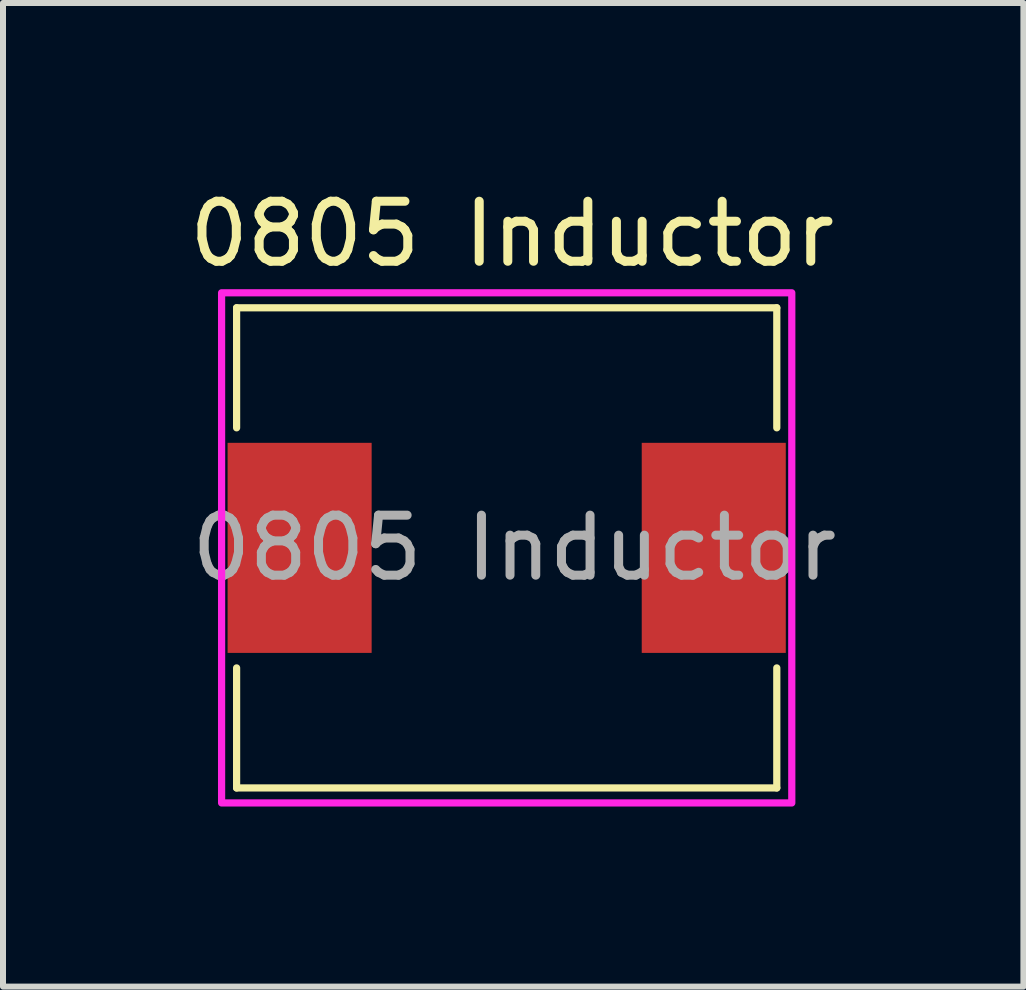
<source format=kicad_pcb>
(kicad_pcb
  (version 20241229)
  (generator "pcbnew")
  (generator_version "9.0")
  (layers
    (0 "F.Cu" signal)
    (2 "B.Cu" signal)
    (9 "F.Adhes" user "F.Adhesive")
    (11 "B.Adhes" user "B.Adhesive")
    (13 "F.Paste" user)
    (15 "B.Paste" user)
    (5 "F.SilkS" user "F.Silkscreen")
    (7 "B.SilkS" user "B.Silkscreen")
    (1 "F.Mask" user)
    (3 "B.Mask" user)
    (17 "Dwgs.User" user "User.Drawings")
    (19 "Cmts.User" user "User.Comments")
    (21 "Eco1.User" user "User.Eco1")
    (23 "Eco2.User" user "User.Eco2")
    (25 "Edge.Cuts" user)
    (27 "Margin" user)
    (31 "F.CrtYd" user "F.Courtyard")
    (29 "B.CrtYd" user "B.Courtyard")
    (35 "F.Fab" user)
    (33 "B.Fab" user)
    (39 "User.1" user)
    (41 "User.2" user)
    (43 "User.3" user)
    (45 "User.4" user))
  (footprint "0805 Inductor"
    (layer "F.Cu")
    (at 5.392 6.078)
    (property "Reference" "0805 Inductor" (at 0.09 -5.23 0) (layer "F.SilkS") (effects (font (size 1 1) (thickness 0.15))))
    (attr smd)
    (fp_line (start -4.5 -4) (end -4.5 -2) (stroke (width 0.12) (type default)) (layer "F.SilkS"))
    (fp_line (start -4.5 2) (end -4.5 4) (stroke (width 0.12) (type default)) (layer "F.SilkS"))
    (fp_line (start -4.5 4) (end 4.5 4) (stroke (width 0.12) (type default)) (layer "F.SilkS"))
    (fp_line (start 4.5 -4) (end -4.5 -4) (stroke (width 0.12) (type default)) (layer "F.SilkS"))
    (fp_line (start 4.5 -4) (end 4.5 -2) (stroke (width 0.12) (type default)) (layer "F.SilkS"))
    (fp_line (start 4.5 4) (end 4.5 2) (stroke (width 0.12) (type default)) (layer "F.SilkS"))
    (fp_rect (start -4.75 -4.25) (end 4.75 4.25) (stroke (width 0.12) (type default)) (fill no) (layer "F.CrtYd"))
    (fp_text user "${REFERENCE}" (at 0.127 0 0) (layer "F.Fab") (effects (font (size 1 1) (thickness 0.15))))
    (pad "1" smd rect (at -3.45 0) (size 2.4 3.5) (layers "F.Cu" "F.Mask" "F.Paste"))
    (pad "2" smd rect (at 3.45 0) (size 2.4 3.5) (layers "F.Cu" "F.Mask" "F.Paste")))
  (gr_rect
    (start -3 -3)
    (end 14.001 13.388)
    (stroke (width 0.1) (type default))
    (fill no)
    (layer "Edge.Cuts")))
</source>
